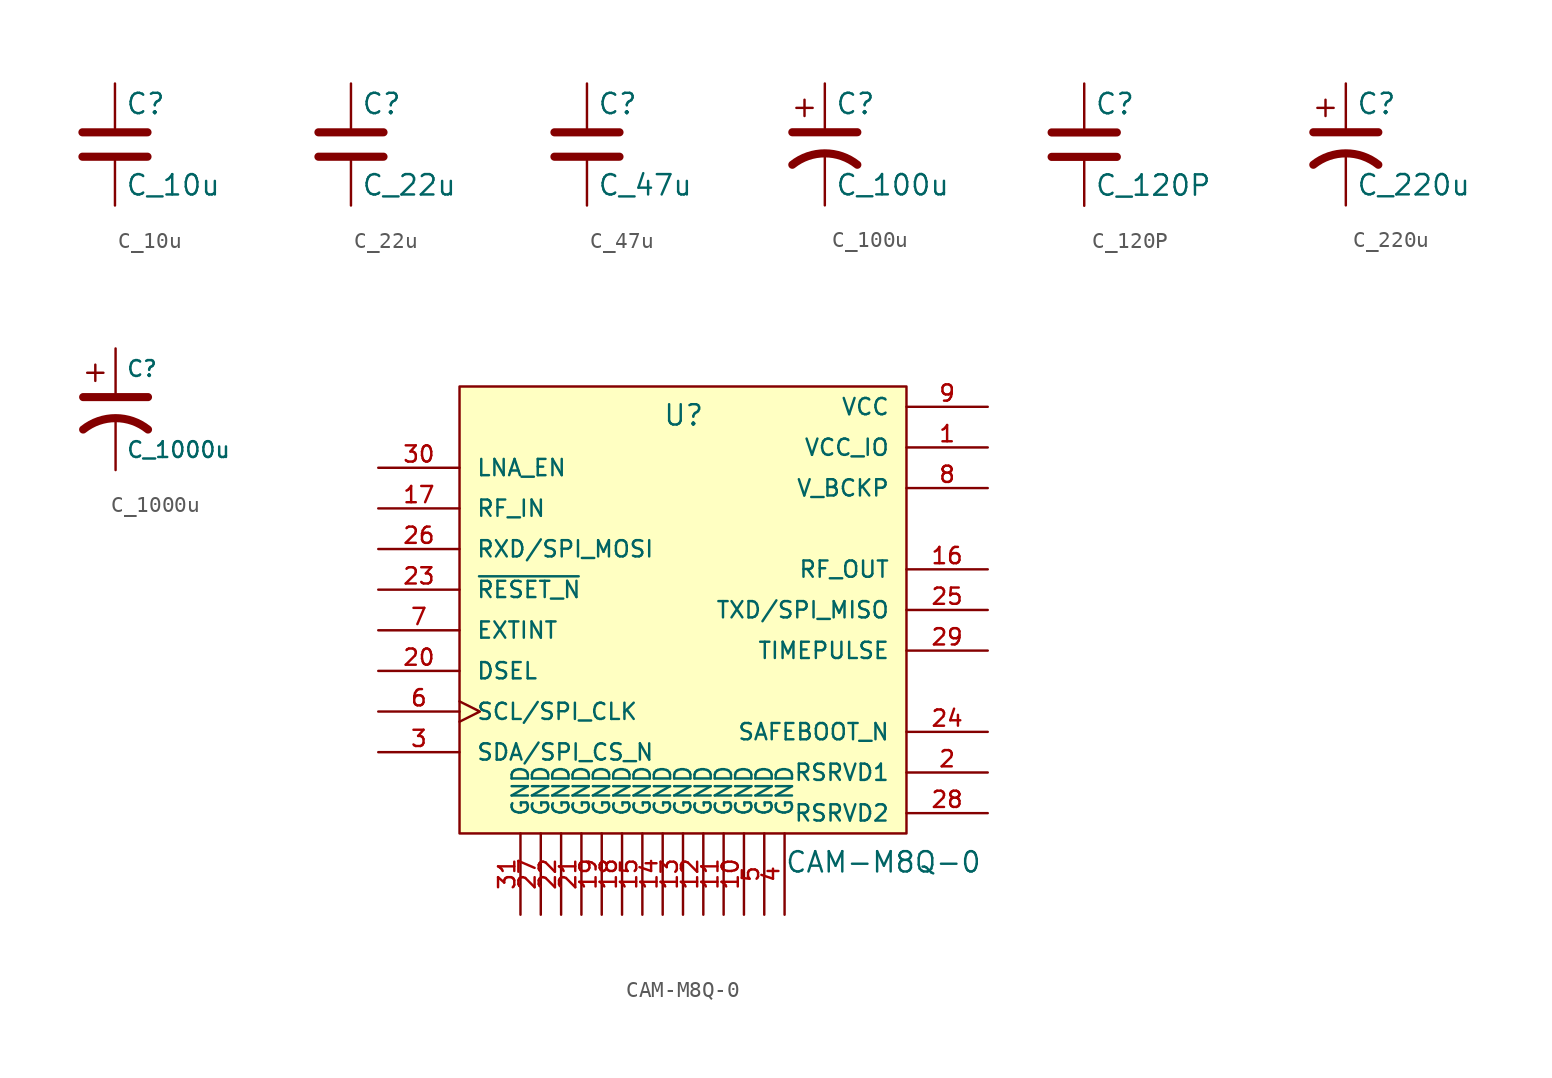
<source format=kicad_sym>
(kicad_symbol_lib
  (version 20211014)
  (generator kicad_symbol_editor)
  (symbol "C_10u"
    (pin_numbers hide)
    (pin_names
      (offset 0.254))
    (property "Reference" "C"
      (at 0.635 2.54 0)
      (effects (font (size 1.27 1.27)) (justify left)))
    (property "Value" "C_10u"
      (at 0.635 -2.54 0)
      (effects (font (size 1.27 1.27)) (justify left)))
    (symbol "C_10u_0_1"
      (polyline (pts (xy -2.032 -0.762) (xy 2.032 -0.762)) (stroke (width 0.508) (type default) (color 0 0 0 0)) (fill (type none)))
      (polyline (pts (xy -2.032 0.762) (xy 2.032 0.762)) (stroke (width 0.508) (type default) (color 0 0 0 0)) (fill (type none))))
    (symbol "C_10u_1_1"
      (pin passive line (at 0 3.81 270) (length 2.794) (name "~" (effects (font (size 1.27 1.27)))) (number "1" (effects (font (size 1.27 1.27)))))
      (pin passive line (at 0 -3.81 90) (length 2.794) (name "~" (effects (font (size 1.27 1.27)))) (number "2" (effects (font (size 1.27 1.27)))))))
  (symbol "C_22u"
    (pin_numbers hide)
    (pin_names
      (offset 0.254))
    (property "Reference" "C"
      (at 0.635 2.54 0)
      (effects (font (size 1.27 1.27)) (justify left)))
    (property "Value" "C_22u"
      (at 0.635 -2.54 0)
      (effects (font (size 1.27 1.27)) (justify left)))
    (symbol "C_22u_0_1"
      (polyline (pts (xy -2.032 -0.762) (xy 2.032 -0.762)) (stroke (width 0.508) (type default) (color 0 0 0 0)) (fill (type none)))
      (polyline (pts (xy -2.032 0.762) (xy 2.032 0.762)) (stroke (width 0.508) (type default) (color 0 0 0 0)) (fill (type none))))
    (symbol "C_22u_1_1"
      (pin passive line (at 0 3.81 270) (length 2.794) (name "~" (effects (font (size 1.27 1.27)))) (number "1" (effects (font (size 1.27 1.27)))))
      (pin passive line (at 0 -3.81 90) (length 2.794) (name "~" (effects (font (size 1.27 1.27)))) (number "2" (effects (font (size 1.27 1.27)))))))
  (symbol "C_47u"
    (pin_numbers hide)
    (pin_names
      (offset 0.254))
    (property "Reference" "C"
      (at 0.635 2.54 0)
      (effects (font (size 1.27 1.27)) (justify left)))
    (property "Value" "C_47u"
      (at 0.635 -2.54 0)
      (effects (font (size 1.27 1.27)) (justify left)))
    (symbol "C_47u_0_1"
      (polyline (pts (xy -2.032 -0.762) (xy 2.032 -0.762)) (stroke (width 0.508) (type default) (color 0 0 0 0)) (fill (type none)))
      (polyline (pts (xy -2.032 0.762) (xy 2.032 0.762)) (stroke (width 0.508) (type default) (color 0 0 0 0)) (fill (type none))))
    (symbol "C_47u_1_1"
      (pin passive line (at 0 3.81 270) (length 2.794) (name "~" (effects (font (size 1.27 1.27)))) (number "1" (effects (font (size 1.27 1.27)))))
      (pin passive line (at 0 -3.81 90) (length 2.794) (name "~" (effects (font (size 1.27 1.27)))) (number "2" (effects (font (size 1.27 1.27)))))))
  (symbol "C_100u"
    (pin_numbers hide)
    (pin_names
      (offset 0.254) hide)
    (property "Reference" "C"
      (at 0.635 2.54 0)
      (effects (font (size 1.27 1.27)) (justify left)))
    (property "Value" "C_100u"
      (at 0.635 -2.54 0)
      (effects (font (size 1.27 1.27)) (justify left)))
    (symbol "C_100u_0_1"
      (polyline (pts (xy -2.032 0.762) (xy 2.032 0.762)) (stroke (width 0.508) (type default) (color 0 0 0 0)) (fill (type none)))
      (polyline (pts (xy -1.778 2.286) (xy -0.762 2.286)) (stroke (width 0) (type default) (color 0 0 0 0)) (fill (type none)))
      (polyline (pts (xy -1.27 1.778) (xy -1.27 2.794)) (stroke (width 0) (type default) (color 0 0 0 0)) (fill (type none)))
      (arc (start 2.032 -1.27) (mid 0 -0.5572) (end -2.032 -1.27) (stroke (width 0.508) (type default) (color 0 0 0 0)) (fill (type none))))
    (symbol "C_100u_1_1"
      (pin passive line (at 0 3.81 270) (length 2.794) (name "1" (effects (font (size 1.27 1.27)))) (number "1" (effects (font (size 1.27 1.27)))))
      (pin passive line (at 0 -3.81 90) (length 3.302) (name "2" (effects (font (size 1.27 1.27)))) (number "2" (effects (font (size 1.27 1.27)))))))
  (symbol "C_120P"
    (pin_numbers hide)
    (pin_names
      (offset 0.254))
    (property "Reference" "C"
      (at 0.635 2.54 0)
      (effects (font (size 1.27 1.27)) (justify left)))
    (property "Value" "C_120P"
      (at 0.635 -2.54 0)
      (effects (font (size 1.27 1.27)) (justify left)))
    (symbol "C_120P_0_1"
      (polyline (pts (xy -2.032 -0.762) (xy 2.032 -0.762)) (stroke (width 0.508) (type default) (color 0 0 0 0)) (fill (type none)))
      (polyline (pts (xy -2.032 0.762) (xy 2.032 0.762)) (stroke (width 0.508) (type default) (color 0 0 0 0)) (fill (type none))))
    (symbol "C_120P_1_1"
      (pin passive line (at 0 3.81 270) (length 2.794) (name "~" (effects (font (size 1.27 1.27)))) (number "1" (effects (font (size 1.27 1.27)))))
      (pin passive line (at 0 -3.81 90) (length 2.794) (name "~" (effects (font (size 1.27 1.27)))) (number "2" (effects (font (size 1.27 1.27)))))))
  (symbol "C_220u"
    (pin_numbers hide)
    (pin_names
      (offset 0.254) hide)
    (property "Reference" "C"
      (at 0.635 2.54 0)
      (effects (font (size 1.27 1.27)) (justify left)))
    (property "Value" "C_220u"
      (at 0.635 -2.54 0)
      (effects (font (size 1.27 1.27)) (justify left)))
    (symbol "C_220u_0_1"
      (polyline (pts (xy -2.032 0.762) (xy 2.032 0.762)) (stroke (width 0.508) (type default) (color 0 0 0 0)) (fill (type none)))
      (polyline (pts (xy -1.778 2.286) (xy -0.762 2.286)) (stroke (width 0) (type default) (color 0 0 0 0)) (fill (type none)))
      (polyline (pts (xy -1.27 1.778) (xy -1.27 2.794)) (stroke (width 0) (type default) (color 0 0 0 0)) (fill (type none)))
      (arc (start 2.032 -1.27) (mid 0 -0.5572) (end -2.032 -1.27) (stroke (width 0.508) (type default) (color 0 0 0 0)) (fill (type none))))
    (symbol "C_220u_1_1"
      (pin passive line (at 0 3.81 270) (length 2.794) (name "1" (effects (font (size 1.27 1.27)))) (number "1" (effects (font (size 1.27 1.27)))))
      (pin passive line (at 0 -3.81 90) (length 3.302) (name "2" (effects (font (size 1.27 1.27)))) (number "2" (effects (font (size 1.27 1.27)))))))
  (symbol "C_1000u"
    (pin_numbers hide)
    (pin_names
      (offset 0.254) hide)
    (property "Reference" "C"
      (at 0.635 2.54 0)
      (effects (font (size 0.991 0.991)) (justify left)))
    (property "Value" "C_1000u"
      (at 0.635 -2.54 0)
      (effects (font (size 0.991 0.991)) (justify left)))
    (symbol "C_1000u_0_1"
      (polyline (pts (xy -2.032 0.762) (xy 2.032 0.762)) (stroke (width 0.508) (type default) (color 0 0 0 0)) (fill (type none)))
      (polyline (pts (xy -1.778 2.286) (xy -0.762 2.286)) (stroke (width 0) (type default) (color 0 0 0 0)) (fill (type none)))
      (polyline (pts (xy -1.27 1.778) (xy -1.27 2.794)) (stroke (width 0) (type default) (color 0 0 0 0)) (fill (type none)))
      (arc (start 2.032 -1.27) (mid 0 -0.5572) (end -2.032 -1.27) (stroke (width 0.508) (type default) (color 0 0 0 0)) (fill (type none))))
    (symbol "C_1000u_1_1"
      (pin passive line (at 0 3.81 270) (length 2.794) (name "1" (effects (font (size 1.27 1.27)))) (number "1" (effects (font (size 1.27 1.27)))))
      (pin passive line (at 0 -3.81 90) (length 3.302) (name "2" (effects (font (size 1.27 1.27)))) (number "2" (effects (font (size 1.27 1.27)))))))
  (symbol "CAM-M8Q-0"
    (pin_names
      (offset 1.016))
    (property "Reference" "U"
      (at -1.27 1.27 0)
      (effects (font (size 1.27 1.27)) (justify left bottom)))
    (property "Value" "CAM-M8Q-0"
      (at 6.35 -26.67 0)
      (effects (font (size 1.27 1.27)) (justify left bottom)))
    (symbol "CAM-M8Q-0_0_0"
      (pin power_in line (at 19.05 0 180) (length 5.08) (name "VCC_IO" (effects (font (size 1.016 1.016)))) (number "1" (effects (font (size 1.016 1.016)))))
      (pin power_in line (at 3.81 -29.21 90) (length 5.08) (name "GND" (effects (font (size 1.016 1.016)))) (number "10" (effects (font (size 1.016 1.016)))))
      (pin power_in line (at 2.54 -29.21 90) (length 5.08) (name "GND" (effects (font (size 1.016 1.016)))) (number "11" (effects (font (size 1.016 1.016)))))
      (pin power_in line (at 1.27 -29.21 90) (length 5.08) (name "GND" (effects (font (size 1.016 1.016)))) (number "12" (effects (font (size 1.016 1.016)))))
      (pin power_in line (at 0 -29.21 90) (length 5.08) (name "GND" (effects (font (size 1.016 1.016)))) (number "13" (effects (font (size 1.016 1.016)))))
      (pin power_in line (at -1.27 -29.21 90) (length 5.08) (name "GND" (effects (font (size 1.016 1.016)))) (number "14" (effects (font (size 1.016 1.016)))))
      (pin power_in line (at -2.54 -29.21 90) (length 5.08) (name "GND" (effects (font (size 1.016 1.016)))) (number "15" (effects (font (size 1.016 1.016)))))
      (pin output line (at 19.05 -7.62 180) (length 5.08) (name "RF_OUT" (effects (font (size 1.016 1.016)))) (number "16" (effects (font (size 1.016 1.016)))))
      (pin input line (at -19.05 -3.81 0) (length 5.08) (name "RF_IN" (effects (font (size 1.016 1.016)))) (number "17" (effects (font (size 1.016 1.016)))))
      (pin power_in line (at -3.81 -29.21 90) (length 5.08) (name "GND" (effects (font (size 1.016 1.016)))) (number "18" (effects (font (size 1.016 1.016)))))
      (pin power_in line (at -5.08 -29.21 90) (length 5.08) (name "GND" (effects (font (size 1.016 1.016)))) (number "19" (effects (font (size 1.016 1.016)))))
      (pin passive line (at 19.05 -20.32 180) (length 5.08) (name "RSRVD1" (effects (font (size 1.016 1.016)))) (number "2" (effects (font (size 1.016 1.016)))))
      (pin input line (at -19.05 -13.97 0) (length 5.08) (name "DSEL" (effects (font (size 1.016 1.016)))) (number "20" (effects (font (size 1.016 1.016)))))
      (pin power_in line (at -6.35 -29.21 90) (length 5.08) (name "GND" (effects (font (size 1.016 1.016)))) (number "21" (effects (font (size 1.016 1.016)))))
      (pin power_in line (at -7.62 -29.21 90) (length 5.08) (name "GND" (effects (font (size 1.016 1.016)))) (number "22" (effects (font (size 1.016 1.016)))))
      (pin input line (at -19.05 -8.89 0) (length 5.08) (name "~{RESET_N}" (effects (font (size 1.016 1.016)))) (number "23" (effects (font (size 1.016 1.016)))))
      (pin passive line (at 19.05 -17.78 180) (length 5.08) (name "SAFEBOOT_N" (effects (font (size 1.016 1.016)))) (number "24" (effects (font (size 1.016 1.016)))))
      (pin output line (at 19.05 -10.16 180) (length 5.08) (name "TXD/SPI_MISO" (effects (font (size 1.016 1.016)))) (number "25" (effects (font (size 1.016 1.016)))))
      (pin input line (at -19.05 -6.35 0) (length 5.08) (name "RXD/SPI_MOSI" (effects (font (size 1.016 1.016)))) (number "26" (effects (font (size 1.016 1.016)))))
      (pin power_in line (at -8.89 -29.21 90) (length 5.08) (name "GND" (effects (font (size 1.016 1.016)))) (number "27" (effects (font (size 1.016 1.016)))))
      (pin passive line (at 19.05 -22.86 180) (length 5.08) (name "RSRVD2" (effects (font (size 1.016 1.016)))) (number "28" (effects (font (size 1.016 1.016)))))
      (pin output line (at 19.05 -12.7 180) (length 5.08) (name "TIMEPULSE" (effects (font (size 1.016 1.016)))) (number "29" (effects (font (size 1.016 1.016)))))
      (pin bidirectional line (at -19.05 -19.05 0) (length 5.08) (name "SDA/SPI_CS_N" (effects (font (size 1.016 1.016)))) (number "3" (effects (font (size 1.016 1.016)))))
      (pin input line (at -19.05 -1.27 0) (length 5.08) (name "LNA_EN" (effects (font (size 1.016 1.016)))) (number "30" (effects (font (size 1.016 1.016)))))
      (pin power_in line (at -10.16 -29.21 90) (length 5.08) (name "GND" (effects (font (size 1.016 1.016)))) (number "31" (effects (font (size 1.016 1.016)))))
      (pin power_in line (at 6.35 -29.21 90) (length 5.08) (name "GND" (effects (font (size 1.016 1.016)))) (number "4" (effects (font (size 1.016 1.016)))))
      (pin power_in line (at 5.08 -29.21 90) (length 5.08) (name "GND" (effects (font (size 1.016 1.016)))) (number "5" (effects (font (size 1.016 1.016)))))
      (pin input clock (at -19.05 -16.51 0) (length 5.08) (name "SCL/SPI_CLK" (effects (font (size 1.016 1.016)))) (number "6" (effects (font (size 1.016 1.016)))))
      (pin input line (at -19.05 -11.43 0) (length 5.08) (name "EXTINT" (effects (font (size 1.016 1.016)))) (number "7" (effects (font (size 1.016 1.016)))))
      (pin power_in line (at 19.05 -2.54 180) (length 5.08) (name "V_BCKP" (effects (font (size 1.016 1.016)))) (number "8" (effects (font (size 1.016 1.016)))))
      (pin power_in line (at 19.05 2.54 180) (length 5.08) (name "VCC" (effects (font (size 1.016 1.016)))) (number "9" (effects (font (size 1.016 1.016))))))
    (symbol "CAM-M8Q-0_1_1"
      (rectangle (start 13.97 -24.13) (end -13.97 3.81) (stroke (width 0) (type default) (color 0 0 0 0)) (fill (type background))))))
</source>
